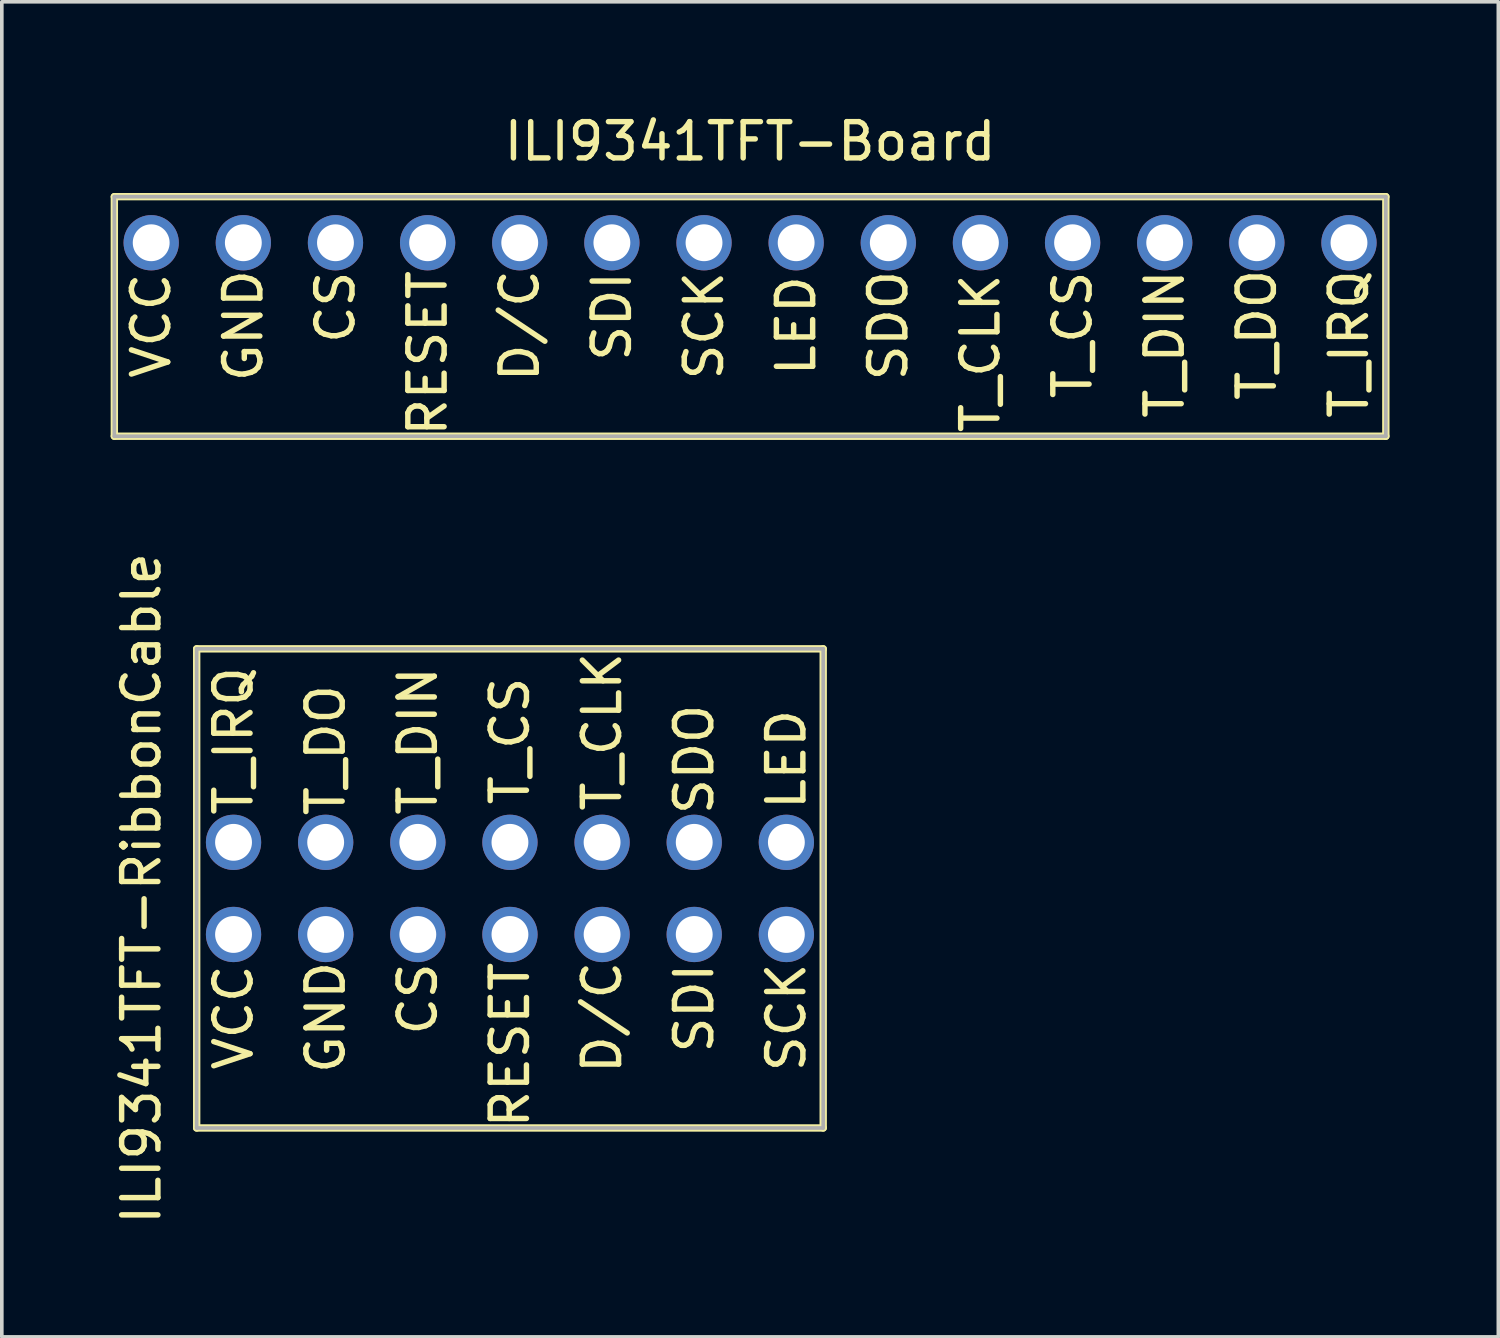
<source format=kicad_pcb>
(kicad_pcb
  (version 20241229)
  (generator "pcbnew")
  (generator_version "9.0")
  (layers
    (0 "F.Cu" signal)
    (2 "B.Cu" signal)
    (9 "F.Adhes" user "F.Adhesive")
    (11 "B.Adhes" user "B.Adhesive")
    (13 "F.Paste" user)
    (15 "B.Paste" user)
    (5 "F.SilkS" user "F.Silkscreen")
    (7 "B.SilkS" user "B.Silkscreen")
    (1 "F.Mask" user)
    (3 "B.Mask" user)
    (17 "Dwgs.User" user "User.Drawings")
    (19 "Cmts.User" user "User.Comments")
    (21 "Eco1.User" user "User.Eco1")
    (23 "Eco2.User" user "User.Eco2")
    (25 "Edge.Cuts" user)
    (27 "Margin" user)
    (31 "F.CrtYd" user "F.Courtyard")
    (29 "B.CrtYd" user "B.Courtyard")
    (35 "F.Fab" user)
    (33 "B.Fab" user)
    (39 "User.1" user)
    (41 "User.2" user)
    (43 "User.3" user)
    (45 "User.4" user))
  (footprint "ILI9341TFT-RibbonCable"
    (layer "F.Cu")
    (at 11.008 21.949)
    (property "Reference" "ILI9341TFT-RibbonCable" (at -10.16 -0.508 90) (unlocked yes) (layer "F.SilkS") (effects (font (size 1 1) (thickness 0.15))))
    (attr through_hole)
    (fp_line (start -8.636 -7.112) (end -8.636 6.096) (stroke (width 0.203) (type solid)) (layer "F.SilkS"))
    (fp_line (start -8.636 -7.112) (end 8.636 -7.112) (stroke (width 0.203) (type solid)) (layer "F.SilkS"))
    (fp_line (start -8.636 6.096) (end 8.636 6.096) (stroke (width 0.203) (type solid)) (layer "F.SilkS"))
    (fp_line (start 8.636 -7.112) (end 8.636 6.096) (stroke (width 0.203) (type solid)) (layer "F.SilkS"))
    (fp_line (start -8.636 -7.112) (end -8.636 6.096) (stroke (width 0.102) (type solid)) (layer "F.Fab"))
    (fp_line (start -8.636 -7.112) (end 8.636 -7.112) (stroke (width 0.102) (type solid)) (layer "F.Fab"))
    (fp_line (start -8.636 6.096) (end 8.636 6.096) (stroke (width 0.102) (type solid)) (layer "F.Fab"))
    (fp_line (start 8.636 -7.112) (end 8.636 6.096) (stroke (width 0.102) (type solid)) (layer "F.Fab"))
    (fp_text user "VCC" (at -7.62 3.048 90) (layer "F.SilkS") (effects (font (size 1 1) (thickness 0.15))))
    (fp_text user "D/C" (at 2.54 3.048 90) (layer "F.SilkS") (effects (font (size 1 1) (thickness 0.15))))
    (fp_text user "GND" (at -5.08 3.048 90) (layer "F.SilkS") (effects (font (size 1 1) (thickness 0.15))))
    (fp_text user "SDO" (at 5.08 -4.064 270) (layer "F.SilkS") (effects (font (size 1 1) (thickness 0.15))))
    (fp_text user "SDI" (at 5.08 2.794 90) (layer "F.SilkS") (effects (font (size 1 1) (thickness 0.15))))
    (fp_text user "T_IRQ" (at -7.62 -4.572 270) (layer "F.SilkS") (effects (font (size 1 1) (thickness 0.15))))
    (fp_text user "SCK" (at 7.62 3.048 90) (layer "F.SilkS") (effects (font (size 1 1) (thickness 0.15))))
    (fp_text user "T_DO" (at -5.08 -4.318 270) (layer "F.SilkS") (effects (font (size 1 1) (thickness 0.15))))
    (fp_text user "T_CS" (at 0 -4.572 270) (layer "F.SilkS") (effects (font (size 1 1) (thickness 0.15))))
    (fp_text user "T_CLK" (at 2.54 -4.826 90) (layer "F.SilkS") (effects (font (size 1 1) (thickness 0.15))))
    (fp_text user "LED" (at 7.62 -4.064 270) (layer "F.SilkS") (effects (font (size 1 1) (thickness 0.15))))
    (fp_text user "CS" (at -2.54 2.54 90) (layer "F.SilkS") (effects (font (size 1 1) (thickness 0.15))))
    (fp_text user "RESET" (at 0 3.81 270) (layer "F.SilkS") (effects (font (size 1 1) (thickness 0.15))))
    (fp_text user "T_DIN" (at -2.54 -4.572 270) (layer "F.SilkS") (effects (font (size 1 1) (thickness 0.15))))
    (pad "1" thru_hole circle (at -7.62 0.762) (size 1.524 1.524) (drill 1.016) (layers "*.Cu" "*.Mask"))
    (pad "2" thru_hole circle (at -5.08 0.762) (size 1.524 1.524) (drill 1.016) (layers "*.Cu" "*.Mask"))
    (pad "3" thru_hole circle (at -2.54 0.762) (size 1.524 1.524) (drill 1.016) (layers "*.Cu" "*.Mask"))
    (pad "4" thru_hole circle (at 0 0.762) (size 1.524 1.524) (drill 1.016) (layers "*.Cu" "*.Mask"))
    (pad "5" thru_hole circle (at 2.54 0.762) (size 1.524 1.524) (drill 1.016) (layers "*.Cu" "*.Mask"))
    (pad "6" thru_hole circle (at 5.08 0.762) (size 1.524 1.524) (drill 1.016) (layers "*.Cu" "*.Mask"))
    (pad "7" thru_hole circle (at 7.62 0.762) (size 1.524 1.524) (drill 1.016) (layers "*.Cu" "*.Mask"))
    (pad "8" thru_hole circle (at 7.62 -1.778 180) (size 1.524 1.524) (drill 1.016) (layers "*.Cu" "*.Mask"))
    (pad "9" thru_hole circle (at 5.08 -1.778 180) (size 1.524 1.524) (drill 1.016) (layers "*.Cu" "*.Mask"))
    (pad "10" thru_hole circle (at 2.54 -1.778 180) (size 1.524 1.524) (drill 1.016) (layers "*.Cu" "*.Mask"))
    (pad "11" thru_hole circle (at 0 -1.778 180) (size 1.524 1.524) (drill 1.016) (layers "*.Cu" "*.Mask"))
    (pad "12" thru_hole circle (at -2.54 -1.778 180) (size 1.524 1.524) (drill 1.016) (layers "*.Cu" "*.Mask"))
    (pad "13" thru_hole circle (at -5.08 -1.778 180) (size 1.524 1.524) (drill 1.016) (layers "*.Cu" "*.Mask"))
    (pad "14" thru_hole circle (at -7.62 -1.778 180) (size 1.524 1.524) (drill 1.016) (layers "*.Cu" "*.Mask")))
  (footprint "ILI9341TFT-Board"
    (layer "F.Cu")
    (at 17.628 5.928)
    (property "Reference" "ILI9341TFT-Board" (at 0 -5.08 0) (unlocked yes) (layer "F.SilkS") (effects (font (size 1 1) (thickness 0.15))))
    (attr through_hole)
    (fp_line (start -17.526 -3.556) (end -17.526 3.048) (stroke (width 0.203) (type solid)) (layer "F.SilkS"))
    (fp_line (start -17.526 -3.556) (end 17.526 -3.556) (stroke (width 0.203) (type solid)) (layer "F.SilkS"))
    (fp_line (start -17.526 3.048) (end 17.526 3.048) (stroke (width 0.203) (type solid)) (layer "F.SilkS"))
    (fp_line (start 17.526 -3.556) (end 17.526 3.048) (stroke (width 0.203) (type solid)) (layer "F.SilkS"))
    (fp_line (start -17.526 -3.556) (end -17.526 3.048) (stroke (width 0.102) (type solid)) (layer "F.Fab"))
    (fp_line (start -17.526 -3.556) (end 17.526 -3.556) (stroke (width 0.102) (type solid)) (layer "F.Fab"))
    (fp_line (start -17.526 3.048) (end 17.526 3.048) (stroke (width 0.102) (type solid)) (layer "F.Fab"))
    (fp_line (start 17.526 -3.556) (end 17.526 3.048) (stroke (width 0.102) (type solid)) (layer "F.Fab"))
    (fp_text user "T_IRQ" (at 16.51 0.508 270) (layer "F.SilkS") (effects (font (size 1 1) (thickness 0.15))))
    (fp_text user "VCC" (at -16.51 0 270) (layer "F.SilkS") (effects (font (size 1 1) (thickness 0.15))))
    (fp_text user "RESET" (at -8.89 0.762 270) (layer "F.SilkS") (effects (font (size 1 1) (thickness 0.15))))
    (fp_text user "SDI" (at -3.81 -0.254 270) (layer "F.SilkS") (effects (font (size 1 1) (thickness 0.15))))
    (fp_text user "GND" (at -13.97 0 270) (layer "F.SilkS") (effects (font (size 1 1) (thickness 0.15))))
    (fp_text user "SDO" (at 3.81 0 270) (layer "F.SilkS") (effects (font (size 1 1) (thickness 0.15))))
    (fp_text user "T_CLK" (at 6.35 0.762 270) (layer "F.SilkS") (effects (font (size 1 1) (thickness 0.15))))
    (fp_text user "SCK" (at -1.27 0 270) (layer "F.SilkS") (effects (font (size 1 1) (thickness 0.15))))
    (fp_text user "D/C" (at -6.35 0 270) (layer "F.SilkS") (effects (font (size 1 1) (thickness 0.15))))
    (fp_text user "CS" (at -11.43 -0.508 270) (layer "F.SilkS") (effects (font (size 1 1) (thickness 0.15))))
    (fp_text user "T_DIN" (at 11.43 0.508 270) (layer "F.SilkS") (effects (font (size 1 1) (thickness 0.15))))
    (fp_text user "T_CS" (at 8.89 0.254 270) (layer "F.SilkS") (effects (font (size 1 1) (thickness 0.15))))
    (fp_text user "T_DO" (at 13.97 0.254 270) (layer "F.SilkS") (effects (font (size 1 1) (thickness 0.15))))
    (fp_text user "LED" (at 1.27 0 270) (layer "F.SilkS") (effects (font (size 1 1) (thickness 0.15))))
    (pad "1" thru_hole circle (at -16.51 -2.286) (size 1.524 1.524) (drill 1.016) (layers "*.Cu" "*.Mask"))
    (pad "2" thru_hole circle (at -13.97 -2.286) (size 1.524 1.524) (drill 1.016) (layers "*.Cu" "*.Mask"))
    (pad "3" thru_hole circle (at -11.43 -2.286) (size 1.524 1.524) (drill 1.016) (layers "*.Cu" "*.Mask"))
    (pad "4" thru_hole circle (at -8.89 -2.286) (size 1.524 1.524) (drill 1.016) (layers "*.Cu" "*.Mask"))
    (pad "5" thru_hole circle (at -6.35 -2.286) (size 1.524 1.524) (drill 1.016) (layers "*.Cu" "*.Mask"))
    (pad "6" thru_hole circle (at -3.81 -2.286) (size 1.524 1.524) (drill 1.016) (layers "*.Cu" "*.Mask"))
    (pad "7" thru_hole circle (at -1.27 -2.286) (size 1.524 1.524) (drill 1.016) (layers "*.Cu" "*.Mask"))
    (pad "8" thru_hole circle (at 1.27 -2.286) (size 1.524 1.524) (drill 1.016) (layers "*.Cu" "*.Mask"))
    (pad "9" thru_hole circle (at 3.81 -2.286) (size 1.524 1.524) (drill 1.016) (layers "*.Cu" "*.Mask"))
    (pad "10" thru_hole circle (at 6.35 -2.286) (size 1.524 1.524) (drill 1.016) (layers "*.Cu" "*.Mask"))
    (pad "11" thru_hole circle (at 8.89 -2.286) (size 1.524 1.524) (drill 1.016) (layers "*.Cu" "*.Mask"))
    (pad "12" thru_hole circle (at 11.43 -2.286) (size 1.524 1.524) (drill 1.016) (layers "*.Cu" "*.Mask"))
    (pad "13" thru_hole circle (at 13.97 -2.286) (size 1.524 1.524) (drill 1.016) (layers "*.Cu" "*.Mask"))
    (pad "14" thru_hole circle (at 16.51 -2.286) (size 1.524 1.524) (drill 1.016) (layers "*.Cu" "*.Mask")))
  (gr_rect
    (start -3 -3)
    (end 38.255 33.804)
    (stroke (width 0.1) (type default))
    (fill no)
    (layer "Edge.Cuts")))
</source>
